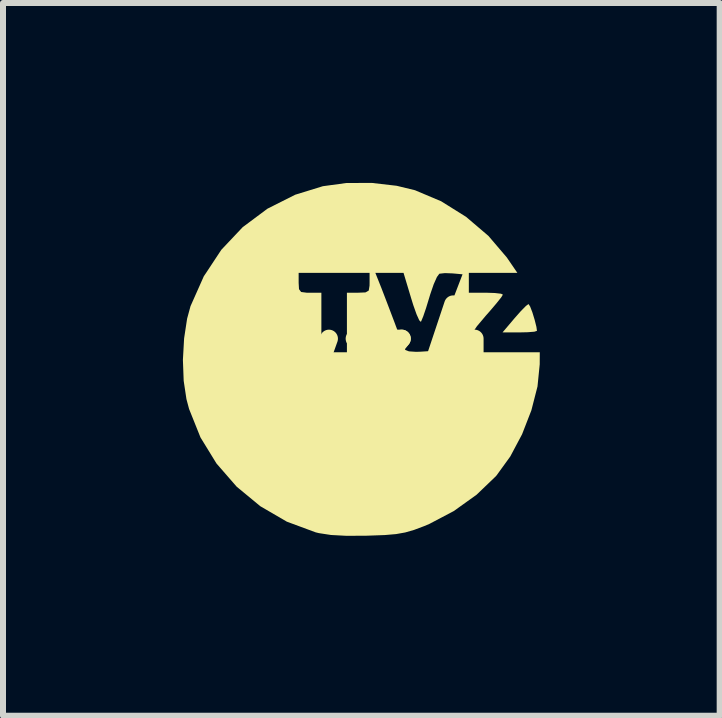
<source format=kicad_pcb>
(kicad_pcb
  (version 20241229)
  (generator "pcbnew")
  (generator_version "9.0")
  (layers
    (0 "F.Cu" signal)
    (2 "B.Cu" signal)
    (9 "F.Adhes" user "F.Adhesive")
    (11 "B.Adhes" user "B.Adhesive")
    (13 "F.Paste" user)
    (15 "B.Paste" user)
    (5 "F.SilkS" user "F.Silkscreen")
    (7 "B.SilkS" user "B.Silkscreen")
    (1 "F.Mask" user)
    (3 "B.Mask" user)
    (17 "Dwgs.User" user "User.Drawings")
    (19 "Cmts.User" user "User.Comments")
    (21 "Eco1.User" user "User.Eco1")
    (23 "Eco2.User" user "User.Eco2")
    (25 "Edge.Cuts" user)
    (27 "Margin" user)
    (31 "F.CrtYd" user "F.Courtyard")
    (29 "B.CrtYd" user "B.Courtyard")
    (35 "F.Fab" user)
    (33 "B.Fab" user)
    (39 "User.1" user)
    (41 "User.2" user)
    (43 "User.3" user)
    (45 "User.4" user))
  (footprint "tvz4"
    (layer "F.Cu")
    (at 2.971 2.919)
    (property "Reference" "tvz4" (at 0 0 0) (layer "F.SilkS") (effects (font (size 1.5 1.5) (thickness 0.3))))
    (attr board_only exclude_from_pos_files exclude_from_bom)
    (fp_poly (pts (xy 2.819 -0.858) (xy 2.857 -0.759) (xy 2.895 -0.634) (xy 2.924 -0.518) (xy 2.933 -0.452) (xy 2.89 -0.438) (xy 2.778 -0.429) (xy 2.646 -0.426) (xy 2.359 -0.426) (xy 2.559 -0.662) (xy 2.666 -0.783) (xy 2.75 -0.868) (xy 2.792 -0.899)) (stroke (width 0) (type solid)) (fill yes) (layer "F.SilkS"))
    (fp_poly (pts (xy 0.594 -2.871) (xy 0.899 -2.797) (xy 1.335 -2.613) (xy 1.751 -2.353) (xy 2.124 -2.035) (xy 2.431 -1.675) (xy 2.452 -1.644) (xy 2.606 -1.419) (xy 2.202 -1.419) (xy 1.797 -1.419) (xy 1.797 -1.253) (xy 1.797 -1.088) (xy 2.081 -1.088) (xy 2.231 -1.083) (xy 2.334 -1.071) (xy 2.365 -1.056) (xy 2.336 -1.009) (xy 2.257 -0.91) (xy 2.143 -0.776) (xy 2.081 -0.706) (xy 1.932 -0.529) (xy 1.843 -0.398) (xy 1.803 -0.294) (xy 1.797 -0.241) (xy 1.797 -0.095) (xy 2.389 -0.095) (xy 2.98 -0.095) (xy 2.979 0.106) (xy 2.942 0.475) (xy 2.84 0.873) (xy 2.685 1.272) (xy 2.488 1.643) (xy 2.259 1.959) (xy 2.245 1.975) (xy 1.926 2.281) (xy 1.546 2.553) (xy 1.138 2.768) (xy 1.05 2.805) (xy 0.882 2.868) (xy 0.736 2.91) (xy 0.584 2.937) (xy 0.398 2.953) (xy 0.15 2.962) (xy 0.095 2.964) (xy -0.242 2.966) (xy -0.502 2.952) (xy -0.704 2.921) (xy -0.757 2.908) (xy -1.238 2.73) (xy -1.681 2.472) (xy -2.075 2.146) (xy -2.411 1.76) (xy -2.678 1.325) (xy -2.868 0.851) (xy -2.912 0.686) (xy -2.958 0.381) (xy -2.971 0.032) (xy -2.951 -0.326) (xy -2.901 -0.655) (xy -2.844 -0.864) (xy -2.622 -1.363) (xy -2.584 -1.419) (xy -1.041 -1.419) (xy -1.041 -1.253) (xy -1.035 -1.147) (xy -1 -1.1) (xy -0.907 -1.088) (xy -0.851 -1.088) (xy -0.662 -1.088) (xy -0.662 -0.591) (xy -0.662 -0.095) (xy -0.449 -0.095) (xy -0.236 -0.095) (xy -0.236 -0.591) (xy -0.236 -1.088) (xy -0.047 -1.088) (xy 0.074 -1.093) (xy 0.128 -1.124) (xy 0.141 -1.205) (xy 0.142 -1.253) (xy 0.142 -1.419) (xy 0.238 -1.419) (xy 0.337 -1.171) (xy 0.402 -1.002) (xy 0.484 -0.787) (xy 0.566 -0.571) (xy 0.574 -0.549) (xy 0.64 -0.373) (xy 0.696 -0.23) (xy 0.733 -0.144) (xy 0.739 -0.133) (xy 0.798 -0.11) (xy 0.917 -0.102) (xy 0.984 -0.104) (xy 1.202 -0.118) (xy 1.447 -0.757) (xy 1.692 -1.395) (xy 1.527 -1.41) (xy 1.399 -1.415) (xy 1.309 -1.405) (xy 1.304 -1.403) (xy 1.265 -1.35) (xy 1.211 -1.229) (xy 1.154 -1.063) (xy 1.138 -1.01) (xy 1.084 -0.833) (xy 1.036 -0.692) (xy 1.002 -0.611) (xy 0.996 -0.602) (xy 0.97 -0.628) (xy 0.925 -0.728) (xy 0.87 -0.883) (xy 0.836 -0.993) (xy 0.708 -1.419) (xy 0.473 -1.419) (xy 0.238 -1.419) (xy 0.142 -1.419) (xy -0.449 -1.419) (xy -1.041 -1.419) (xy -2.584 -1.419) (xy -2.33 -1.804) (xy -1.974 -2.181) (xy -1.561 -2.489) (xy -1.098 -2.722) (xy -0.637 -2.864) (xy -0.247 -2.917) (xy 0.177 -2.919)) (stroke (width 0) (type solid)) (fill yes) (layer "F.SilkS")))
  (gr_rect
    (start -3 -3)
    (end 8.951 8.885)
    (stroke (width 0.1) (type default))
    (fill no)
    (layer "Edge.Cuts")))
</source>
